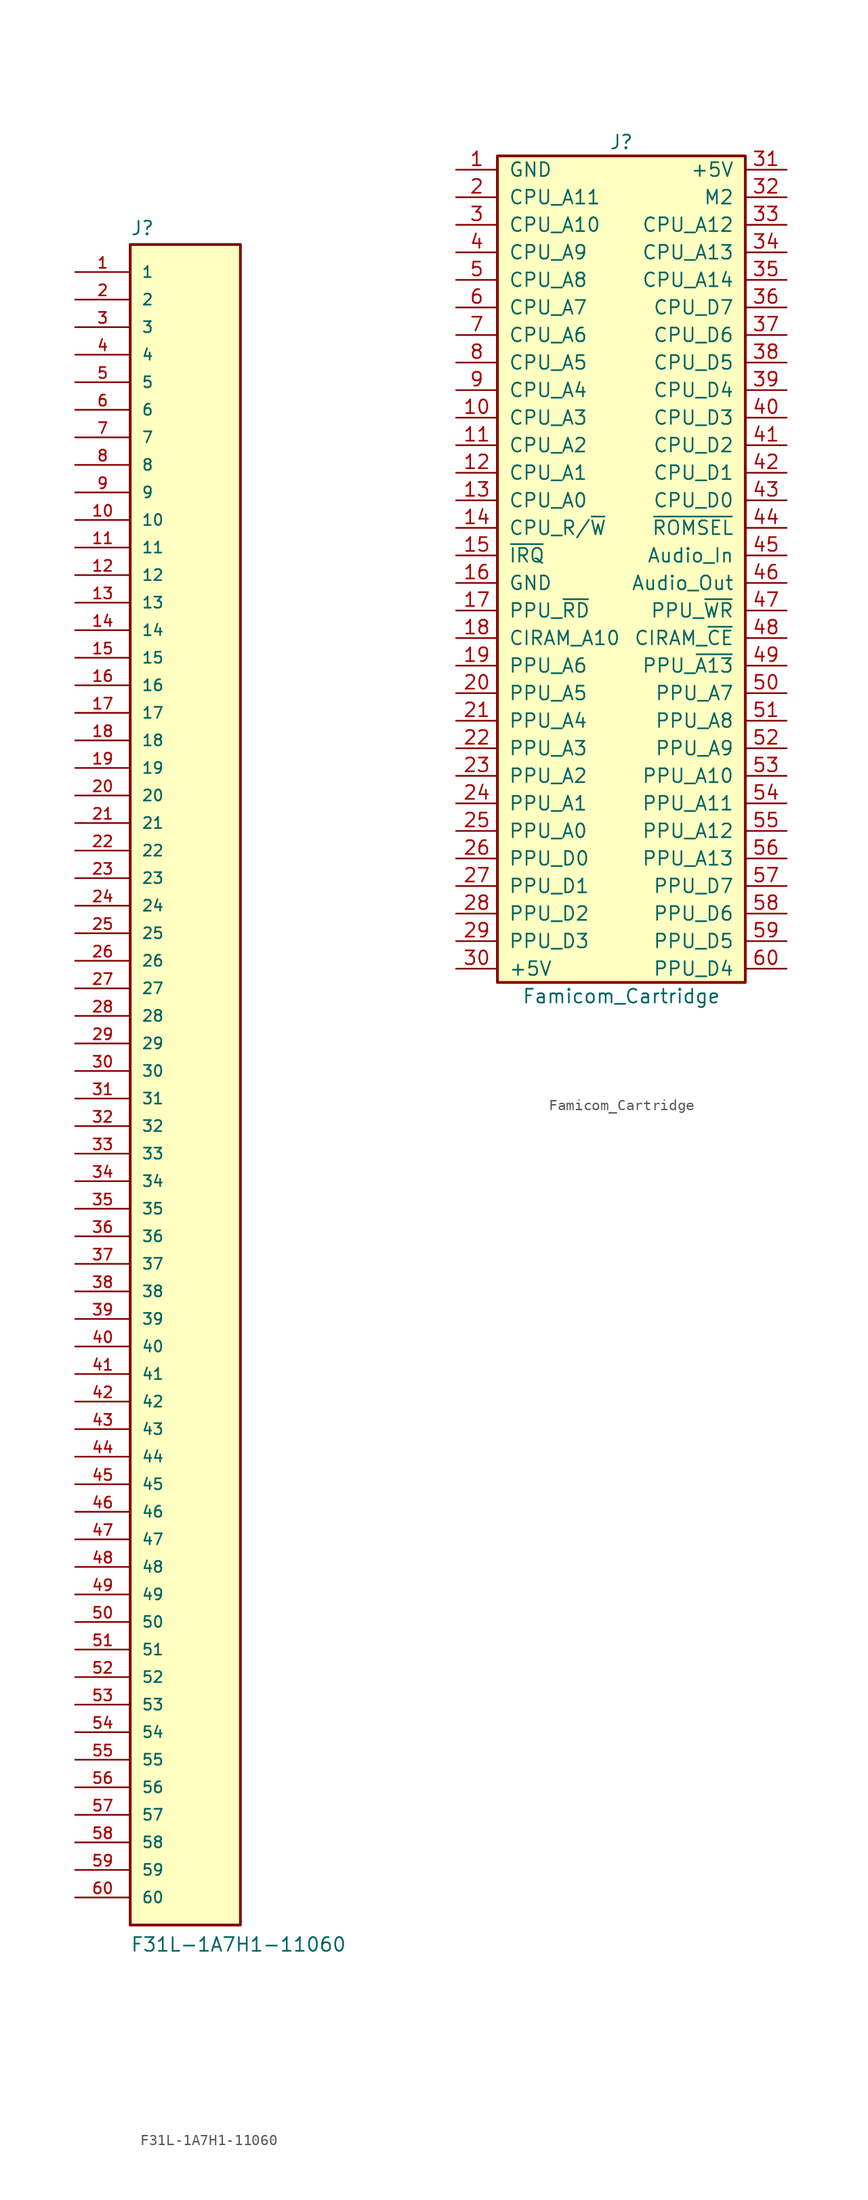
<source format=kicad_sym>
(kicad_symbol_lib
  (version 20220914)
  (generator kicad_symbol_editor)
  (symbol "F31L-1A7H1-11060"
    (pin_names
      (offset 1.016))
    (property "Reference" "J"
      (at -5.08 79.502 0)
      (effects (font (size 1.27 1.27)) (justify left bottom)))
    (property "Value" "F31L-1A7H1-11060"
      (at -5.08 -78.74 0)
      (effects (font (size 1.27 1.27)) (justify left bottom)))
    (symbol "F31L-1A7H1-11060_0_0"
      (rectangle (start -5.08 -76.2) (end 5.08 78.74) (stroke (width 0.254) (type default)) (fill (type background)))
      (pin passive line (at -10.16 76.2 0) (length 5.08) (name "1" (effects (font (size 1.016 1.016)))) (number "1" (effects (font (size 1.016 1.016)))))
      (pin passive line (at -10.16 53.34 0) (length 5.08) (name "10" (effects (font (size 1.016 1.016)))) (number "10" (effects (font (size 1.016 1.016)))))
      (pin passive line (at -10.16 50.8 0) (length 5.08) (name "11" (effects (font (size 1.016 1.016)))) (number "11" (effects (font (size 1.016 1.016)))))
      (pin passive line (at -10.16 48.26 0) (length 5.08) (name "12" (effects (font (size 1.016 1.016)))) (number "12" (effects (font (size 1.016 1.016)))))
      (pin passive line (at -10.16 45.72 0) (length 5.08) (name "13" (effects (font (size 1.016 1.016)))) (number "13" (effects (font (size 1.016 1.016)))))
      (pin passive line (at -10.16 43.18 0) (length 5.08) (name "14" (effects (font (size 1.016 1.016)))) (number "14" (effects (font (size 1.016 1.016)))))
      (pin passive line (at -10.16 40.64 0) (length 5.08) (name "15" (effects (font (size 1.016 1.016)))) (number "15" (effects (font (size 1.016 1.016)))))
      (pin passive line (at -10.16 38.1 0) (length 5.08) (name "16" (effects (font (size 1.016 1.016)))) (number "16" (effects (font (size 1.016 1.016)))))
      (pin passive line (at -10.16 35.56 0) (length 5.08) (name "17" (effects (font (size 1.016 1.016)))) (number "17" (effects (font (size 1.016 1.016)))))
      (pin passive line (at -10.16 33.02 0) (length 5.08) (name "18" (effects (font (size 1.016 1.016)))) (number "18" (effects (font (size 1.016 1.016)))))
      (pin passive line (at -10.16 30.48 0) (length 5.08) (name "19" (effects (font (size 1.016 1.016)))) (number "19" (effects (font (size 1.016 1.016)))))
      (pin passive line (at -10.16 73.66 0) (length 5.08) (name "2" (effects (font (size 1.016 1.016)))) (number "2" (effects (font (size 1.016 1.016)))))
      (pin passive line (at -10.16 27.94 0) (length 5.08) (name "20" (effects (font (size 1.016 1.016)))) (number "20" (effects (font (size 1.016 1.016)))))
      (pin passive line (at -10.16 25.4 0) (length 5.08) (name "21" (effects (font (size 1.016 1.016)))) (number "21" (effects (font (size 1.016 1.016)))))
      (pin passive line (at -10.16 22.86 0) (length 5.08) (name "22" (effects (font (size 1.016 1.016)))) (number "22" (effects (font (size 1.016 1.016)))))
      (pin passive line (at -10.16 20.32 0) (length 5.08) (name "23" (effects (font (size 1.016 1.016)))) (number "23" (effects (font (size 1.016 1.016)))))
      (pin passive line (at -10.16 17.78 0) (length 5.08) (name "24" (effects (font (size 1.016 1.016)))) (number "24" (effects (font (size 1.016 1.016)))))
      (pin passive line (at -10.16 15.24 0) (length 5.08) (name "25" (effects (font (size 1.016 1.016)))) (number "25" (effects (font (size 1.016 1.016)))))
      (pin passive line (at -10.16 12.7 0) (length 5.08) (name "26" (effects (font (size 1.016 1.016)))) (number "26" (effects (font (size 1.016 1.016)))))
      (pin passive line (at -10.16 10.16 0) (length 5.08) (name "27" (effects (font (size 1.016 1.016)))) (number "27" (effects (font (size 1.016 1.016)))))
      (pin passive line (at -10.16 7.62 0) (length 5.08) (name "28" (effects (font (size 1.016 1.016)))) (number "28" (effects (font (size 1.016 1.016)))))
      (pin passive line (at -10.16 5.08 0) (length 5.08) (name "29" (effects (font (size 1.016 1.016)))) (number "29" (effects (font (size 1.016 1.016)))))
      (pin passive line (at -10.16 71.12 0) (length 5.08) (name "3" (effects (font (size 1.016 1.016)))) (number "3" (effects (font (size 1.016 1.016)))))
      (pin passive line (at -10.16 2.54 0) (length 5.08) (name "30" (effects (font (size 1.016 1.016)))) (number "30" (effects (font (size 1.016 1.016)))))
      (pin passive line (at -10.16 0 0) (length 5.08) (name "31" (effects (font (size 1.016 1.016)))) (number "31" (effects (font (size 1.016 1.016)))))
      (pin passive line (at -10.16 -2.54 0) (length 5.08) (name "32" (effects (font (size 1.016 1.016)))) (number "32" (effects (font (size 1.016 1.016)))))
      (pin passive line (at -10.16 -5.08 0) (length 5.08) (name "33" (effects (font (size 1.016 1.016)))) (number "33" (effects (font (size 1.016 1.016)))))
      (pin passive line (at -10.16 -7.62 0) (length 5.08) (name "34" (effects (font (size 1.016 1.016)))) (number "34" (effects (font (size 1.016 1.016)))))
      (pin passive line (at -10.16 -10.16 0) (length 5.08) (name "35" (effects (font (size 1.016 1.016)))) (number "35" (effects (font (size 1.016 1.016)))))
      (pin passive line (at -10.16 -12.7 0) (length 5.08) (name "36" (effects (font (size 1.016 1.016)))) (number "36" (effects (font (size 1.016 1.016)))))
      (pin passive line (at -10.16 -15.24 0) (length 5.08) (name "37" (effects (font (size 1.016 1.016)))) (number "37" (effects (font (size 1.016 1.016)))))
      (pin passive line (at -10.16 -17.78 0) (length 5.08) (name "38" (effects (font (size 1.016 1.016)))) (number "38" (effects (font (size 1.016 1.016)))))
      (pin passive line (at -10.16 -20.32 0) (length 5.08) (name "39" (effects (font (size 1.016 1.016)))) (number "39" (effects (font (size 1.016 1.016)))))
      (pin passive line (at -10.16 68.58 0) (length 5.08) (name "4" (effects (font (size 1.016 1.016)))) (number "4" (effects (font (size 1.016 1.016)))))
      (pin passive line (at -10.16 -22.86 0) (length 5.08) (name "40" (effects (font (size 1.016 1.016)))) (number "40" (effects (font (size 1.016 1.016)))))
      (pin passive line (at -10.16 -25.4 0) (length 5.08) (name "41" (effects (font (size 1.016 1.016)))) (number "41" (effects (font (size 1.016 1.016)))))
      (pin passive line (at -10.16 -27.94 0) (length 5.08) (name "42" (effects (font (size 1.016 1.016)))) (number "42" (effects (font (size 1.016 1.016)))))
      (pin passive line (at -10.16 -30.48 0) (length 5.08) (name "43" (effects (font (size 1.016 1.016)))) (number "43" (effects (font (size 1.016 1.016)))))
      (pin passive line (at -10.16 -33.02 0) (length 5.08) (name "44" (effects (font (size 1.016 1.016)))) (number "44" (effects (font (size 1.016 1.016)))))
      (pin passive line (at -10.16 -35.56 0) (length 5.08) (name "45" (effects (font (size 1.016 1.016)))) (number "45" (effects (font (size 1.016 1.016)))))
      (pin passive line (at -10.16 -38.1 0) (length 5.08) (name "46" (effects (font (size 1.016 1.016)))) (number "46" (effects (font (size 1.016 1.016)))))
      (pin passive line (at -10.16 -40.64 0) (length 5.08) (name "47" (effects (font (size 1.016 1.016)))) (number "47" (effects (font (size 1.016 1.016)))))
      (pin passive line (at -10.16 -43.18 0) (length 5.08) (name "48" (effects (font (size 1.016 1.016)))) (number "48" (effects (font (size 1.016 1.016)))))
      (pin passive line (at -10.16 -45.72 0) (length 5.08) (name "49" (effects (font (size 1.016 1.016)))) (number "49" (effects (font (size 1.016 1.016)))))
      (pin passive line (at -10.16 66.04 0) (length 5.08) (name "5" (effects (font (size 1.016 1.016)))) (number "5" (effects (font (size 1.016 1.016)))))
      (pin passive line (at -10.16 -48.26 0) (length 5.08) (name "50" (effects (font (size 1.016 1.016)))) (number "50" (effects (font (size 1.016 1.016)))))
      (pin passive line (at -10.16 -50.8 0) (length 5.08) (name "51" (effects (font (size 1.016 1.016)))) (number "51" (effects (font (size 1.016 1.016)))))
      (pin passive line (at -10.16 -53.34 0) (length 5.08) (name "52" (effects (font (size 1.016 1.016)))) (number "52" (effects (font (size 1.016 1.016)))))
      (pin passive line (at -10.16 -55.88 0) (length 5.08) (name "53" (effects (font (size 1.016 1.016)))) (number "53" (effects (font (size 1.016 1.016)))))
      (pin passive line (at -10.16 -58.42 0) (length 5.08) (name "54" (effects (font (size 1.016 1.016)))) (number "54" (effects (font (size 1.016 1.016)))))
      (pin passive line (at -10.16 -60.96 0) (length 5.08) (name "55" (effects (font (size 1.016 1.016)))) (number "55" (effects (font (size 1.016 1.016)))))
      (pin passive line (at -10.16 -63.5 0) (length 5.08) (name "56" (effects (font (size 1.016 1.016)))) (number "56" (effects (font (size 1.016 1.016)))))
      (pin passive line (at -10.16 -66.04 0) (length 5.08) (name "57" (effects (font (size 1.016 1.016)))) (number "57" (effects (font (size 1.016 1.016)))))
      (pin passive line (at -10.16 -68.58 0) (length 5.08) (name "58" (effects (font (size 1.016 1.016)))) (number "58" (effects (font (size 1.016 1.016)))))
      (pin passive line (at -10.16 -71.12 0) (length 5.08) (name "59" (effects (font (size 1.016 1.016)))) (number "59" (effects (font (size 1.016 1.016)))))
      (pin passive line (at -10.16 63.5 0) (length 5.08) (name "6" (effects (font (size 1.016 1.016)))) (number "6" (effects (font (size 1.016 1.016)))))
      (pin passive line (at -10.16 -73.66 0) (length 5.08) (name "60" (effects (font (size 1.016 1.016)))) (number "60" (effects (font (size 1.016 1.016)))))
      (pin passive line (at -10.16 60.96 0) (length 5.08) (name "7" (effects (font (size 1.016 1.016)))) (number "7" (effects (font (size 1.016 1.016)))))
      (pin passive line (at -10.16 58.42 0) (length 5.08) (name "8" (effects (font (size 1.016 1.016)))) (number "8" (effects (font (size 1.016 1.016)))))
      (pin passive line (at -10.16 55.88 0) (length 5.08) (name "9" (effects (font (size 1.016 1.016)))) (number "9" (effects (font (size 1.016 1.016)))))))
  (symbol "Famicom_Cartridge"
    (pin_names
      (offset 1.016))
    (property "Reference" "J"
      (at 0 38.1 0)
      (effects (font (size 1.27 1.27))))
    (property "Value" "Famicom_Cartridge"
      (at 0 -40.64 0)
      (effects (font (size 1.27 1.27))))
    (symbol "Famicom_Cartridge_1_1"
      (rectangle (start -11.43 36.83) (end 11.43 -39.37) (stroke (width 0.254) (type default)) (fill (type background)))
      (pin power_in line (at -15.24 35.56 0) (length 3.81) (name "GND" (effects (font (size 1.27 1.27)))) (number "1" (effects (font (size 1.27 1.27)))))
      (pin input line (at -15.24 12.7 0) (length 3.81) (name "CPU_A3" (effects (font (size 1.27 1.27)))) (number "10" (effects (font (size 1.27 1.27)))))
      (pin input line (at -15.24 10.16 0) (length 3.81) (name "CPU_A2" (effects (font (size 1.27 1.27)))) (number "11" (effects (font (size 1.27 1.27)))))
      (pin input line (at -15.24 7.62 0) (length 3.81) (name "CPU_A1" (effects (font (size 1.27 1.27)))) (number "12" (effects (font (size 1.27 1.27)))))
      (pin input line (at -15.24 5.08 0) (length 3.81) (name "CPU_A0" (effects (font (size 1.27 1.27)))) (number "13" (effects (font (size 1.27 1.27)))))
      (pin input line (at -15.24 2.54 0) (length 3.81) (name "CPU_R/~{W}" (effects (font (size 1.27 1.27)))) (number "14" (effects (font (size 1.27 1.27)))))
      (pin output line (at -15.24 0 0) (length 3.81) (name "~{IRQ}" (effects (font (size 1.27 1.27)))) (number "15" (effects (font (size 1.27 1.27)))))
      (pin power_in line (at -15.24 -2.54 0) (length 3.81) (name "GND" (effects (font (size 1.27 1.27)))) (number "16" (effects (font (size 1.27 1.27)))))
      (pin input line (at -15.24 -5.08 0) (length 3.81) (name "PPU_~{RD}" (effects (font (size 1.27 1.27)))) (number "17" (effects (font (size 1.27 1.27)))))
      (pin output line (at -15.24 -7.62 0) (length 3.81) (name "CIRAM_A10" (effects (font (size 1.27 1.27)))) (number "18" (effects (font (size 1.27 1.27)))))
      (pin input line (at -15.24 -10.16 0) (length 3.81) (name "PPU_A6" (effects (font (size 1.27 1.27)))) (number "19" (effects (font (size 1.27 1.27)))))
      (pin input line (at -15.24 33.02 0) (length 3.81) (name "CPU_A11" (effects (font (size 1.27 1.27)))) (number "2" (effects (font (size 1.27 1.27)))))
      (pin input line (at -15.24 -12.7 0) (length 3.81) (name "PPU_A5" (effects (font (size 1.27 1.27)))) (number "20" (effects (font (size 1.27 1.27)))))
      (pin input line (at -15.24 -15.24 0) (length 3.81) (name "PPU_A4" (effects (font (size 1.27 1.27)))) (number "21" (effects (font (size 1.27 1.27)))))
      (pin input line (at -15.24 -17.78 0) (length 3.81) (name "PPU_A3" (effects (font (size 1.27 1.27)))) (number "22" (effects (font (size 1.27 1.27)))))
      (pin input line (at -15.24 -20.32 0) (length 3.81) (name "PPU_A2" (effects (font (size 1.27 1.27)))) (number "23" (effects (font (size 1.27 1.27)))))
      (pin input line (at -15.24 -22.86 0) (length 3.81) (name "PPU_A1" (effects (font (size 1.27 1.27)))) (number "24" (effects (font (size 1.27 1.27)))))
      (pin input line (at -15.24 -25.4 0) (length 3.81) (name "PPU_A0" (effects (font (size 1.27 1.27)))) (number "25" (effects (font (size 1.27 1.27)))))
      (pin bidirectional line (at -15.24 -27.94 0) (length 3.81) (name "PPU_D0" (effects (font (size 1.27 1.27)))) (number "26" (effects (font (size 1.27 1.27)))))
      (pin bidirectional line (at -15.24 -30.48 0) (length 3.81) (name "PPU_D1" (effects (font (size 1.27 1.27)))) (number "27" (effects (font (size 1.27 1.27)))))
      (pin bidirectional line (at -15.24 -33.02 0) (length 3.81) (name "PPU_D2" (effects (font (size 1.27 1.27)))) (number "28" (effects (font (size 1.27 1.27)))))
      (pin bidirectional line (at -15.24 -35.56 0) (length 3.81) (name "PPU_D3" (effects (font (size 1.27 1.27)))) (number "29" (effects (font (size 1.27 1.27)))))
      (pin input line (at -15.24 30.48 0) (length 3.81) (name "CPU_A10" (effects (font (size 1.27 1.27)))) (number "3" (effects (font (size 1.27 1.27)))))
      (pin power_in line (at -15.24 -38.1 0) (length 3.81) (name "+5V" (effects (font (size 1.27 1.27)))) (number "30" (effects (font (size 1.27 1.27)))))
      (pin power_in line (at 15.24 35.56 180) (length 3.81) (name "+5V" (effects (font (size 1.27 1.27)))) (number "31" (effects (font (size 1.27 1.27)))))
      (pin input line (at 15.24 33.02 180) (length 3.81) (name "M2" (effects (font (size 1.27 1.27)))) (number "32" (effects (font (size 1.27 1.27)))))
      (pin input line (at 15.24 30.48 180) (length 3.81) (name "CPU_A12" (effects (font (size 1.27 1.27)))) (number "33" (effects (font (size 1.27 1.27)))))
      (pin input line (at 15.24 27.94 180) (length 3.81) (name "CPU_A13" (effects (font (size 1.27 1.27)))) (number "34" (effects (font (size 1.27 1.27)))))
      (pin input line (at 15.24 25.4 180) (length 3.81) (name "CPU_A14" (effects (font (size 1.27 1.27)))) (number "35" (effects (font (size 1.27 1.27)))))
      (pin bidirectional line (at 15.24 22.86 180) (length 3.81) (name "CPU_D7" (effects (font (size 1.27 1.27)))) (number "36" (effects (font (size 1.27 1.27)))))
      (pin bidirectional line (at 15.24 20.32 180) (length 3.81) (name "CPU_D6" (effects (font (size 1.27 1.27)))) (number "37" (effects (font (size 1.27 1.27)))))
      (pin bidirectional line (at 15.24 17.78 180) (length 3.81) (name "CPU_D5" (effects (font (size 1.27 1.27)))) (number "38" (effects (font (size 1.27 1.27)))))
      (pin bidirectional line (at 15.24 15.24 180) (length 3.81) (name "CPU_D4" (effects (font (size 1.27 1.27)))) (number "39" (effects (font (size 1.27 1.27)))))
      (pin input line (at -15.24 27.94 0) (length 3.81) (name "CPU_A9" (effects (font (size 1.27 1.27)))) (number "4" (effects (font (size 1.27 1.27)))))
      (pin bidirectional line (at 15.24 12.7 180) (length 3.81) (name "CPU_D3" (effects (font (size 1.27 1.27)))) (number "40" (effects (font (size 1.27 1.27)))))
      (pin bidirectional line (at 15.24 10.16 180) (length 3.81) (name "CPU_D2" (effects (font (size 1.27 1.27)))) (number "41" (effects (font (size 1.27 1.27)))))
      (pin bidirectional line (at 15.24 7.62 180) (length 3.81) (name "CPU_D1" (effects (font (size 1.27 1.27)))) (number "42" (effects (font (size 1.27 1.27)))))
      (pin bidirectional line (at 15.24 5.08 180) (length 3.81) (name "CPU_D0" (effects (font (size 1.27 1.27)))) (number "43" (effects (font (size 1.27 1.27)))))
      (pin input line (at 15.24 2.54 180) (length 3.81) (name "~{ROMSEL}" (effects (font (size 1.27 1.27)))) (number "44" (effects (font (size 1.27 1.27)))))
      (pin input line (at 15.24 0 180) (length 3.81) (name "Audio_In" (effects (font (size 1.27 1.27)))) (number "45" (effects (font (size 1.27 1.27)))))
      (pin output line (at 15.24 -2.54 180) (length 3.81) (name "Audio_Out" (effects (font (size 1.27 1.27)))) (number "46" (effects (font (size 1.27 1.27)))))
      (pin input line (at 15.24 -5.08 180) (length 3.81) (name "PPU_~{WR}" (effects (font (size 1.27 1.27)))) (number "47" (effects (font (size 1.27 1.27)))))
      (pin output line (at 15.24 -7.62 180) (length 3.81) (name "CIRAM_~{CE}" (effects (font (size 1.27 1.27)))) (number "48" (effects (font (size 1.27 1.27)))))
      (pin input line (at 15.24 -10.16 180) (length 3.81) (name "PPU_~{A13}" (effects (font (size 1.27 1.27)))) (number "49" (effects (font (size 1.27 1.27)))))
      (pin input line (at -15.24 25.4 0) (length 3.81) (name "CPU_A8" (effects (font (size 1.27 1.27)))) (number "5" (effects (font (size 1.27 1.27)))))
      (pin input line (at 15.24 -12.7 180) (length 3.81) (name "PPU_A7" (effects (font (size 1.27 1.27)))) (number "50" (effects (font (size 1.27 1.27)))))
      (pin input line (at 15.24 -15.24 180) (length 3.81) (name "PPU_A8" (effects (font (size 1.27 1.27)))) (number "51" (effects (font (size 1.27 1.27)))))
      (pin input line (at 15.24 -17.78 180) (length 3.81) (name "PPU_A9" (effects (font (size 1.27 1.27)))) (number "52" (effects (font (size 1.27 1.27)))))
      (pin input line (at 15.24 -20.32 180) (length 3.81) (name "PPU_A10" (effects (font (size 1.27 1.27)))) (number "53" (effects (font (size 1.27 1.27)))))
      (pin input line (at 15.24 -22.86 180) (length 3.81) (name "PPU_A11" (effects (font (size 1.27 1.27)))) (number "54" (effects (font (size 1.27 1.27)))))
      (pin input line (at 15.24 -25.4 180) (length 3.81) (name "PPU_A12" (effects (font (size 1.27 1.27)))) (number "55" (effects (font (size 1.27 1.27)))))
      (pin input line (at 15.24 -27.94 180) (length 3.81) (name "PPU_A13" (effects (font (size 1.27 1.27)))) (number "56" (effects (font (size 1.27 1.27)))))
      (pin bidirectional line (at 15.24 -30.48 180) (length 3.81) (name "PPU_D7" (effects (font (size 1.27 1.27)))) (number "57" (effects (font (size 1.27 1.27)))))
      (pin bidirectional line (at 15.24 -33.02 180) (length 3.81) (name "PPU_D6" (effects (font (size 1.27 1.27)))) (number "58" (effects (font (size 1.27 1.27)))))
      (pin bidirectional line (at 15.24 -35.56 180) (length 3.81) (name "PPU_D5" (effects (font (size 1.27 1.27)))) (number "59" (effects (font (size 1.27 1.27)))))
      (pin input line (at -15.24 22.86 0) (length 3.81) (name "CPU_A7" (effects (font (size 1.27 1.27)))) (number "6" (effects (font (size 1.27 1.27)))))
      (pin bidirectional line (at 15.24 -38.1 180) (length 3.81) (name "PPU_D4" (effects (font (size 1.27 1.27)))) (number "60" (effects (font (size 1.27 1.27)))))
      (pin input line (at -15.24 20.32 0) (length 3.81) (name "CPU_A6" (effects (font (size 1.27 1.27)))) (number "7" (effects (font (size 1.27 1.27)))))
      (pin input line (at -15.24 17.78 0) (length 3.81) (name "CPU_A5" (effects (font (size 1.27 1.27)))) (number "8" (effects (font (size 1.27 1.27)))))
      (pin input line (at -15.24 15.24 0) (length 3.81) (name "CPU_A4" (effects (font (size 1.27 1.27)))) (number "9" (effects (font (size 1.27 1.27))))))))
</source>
